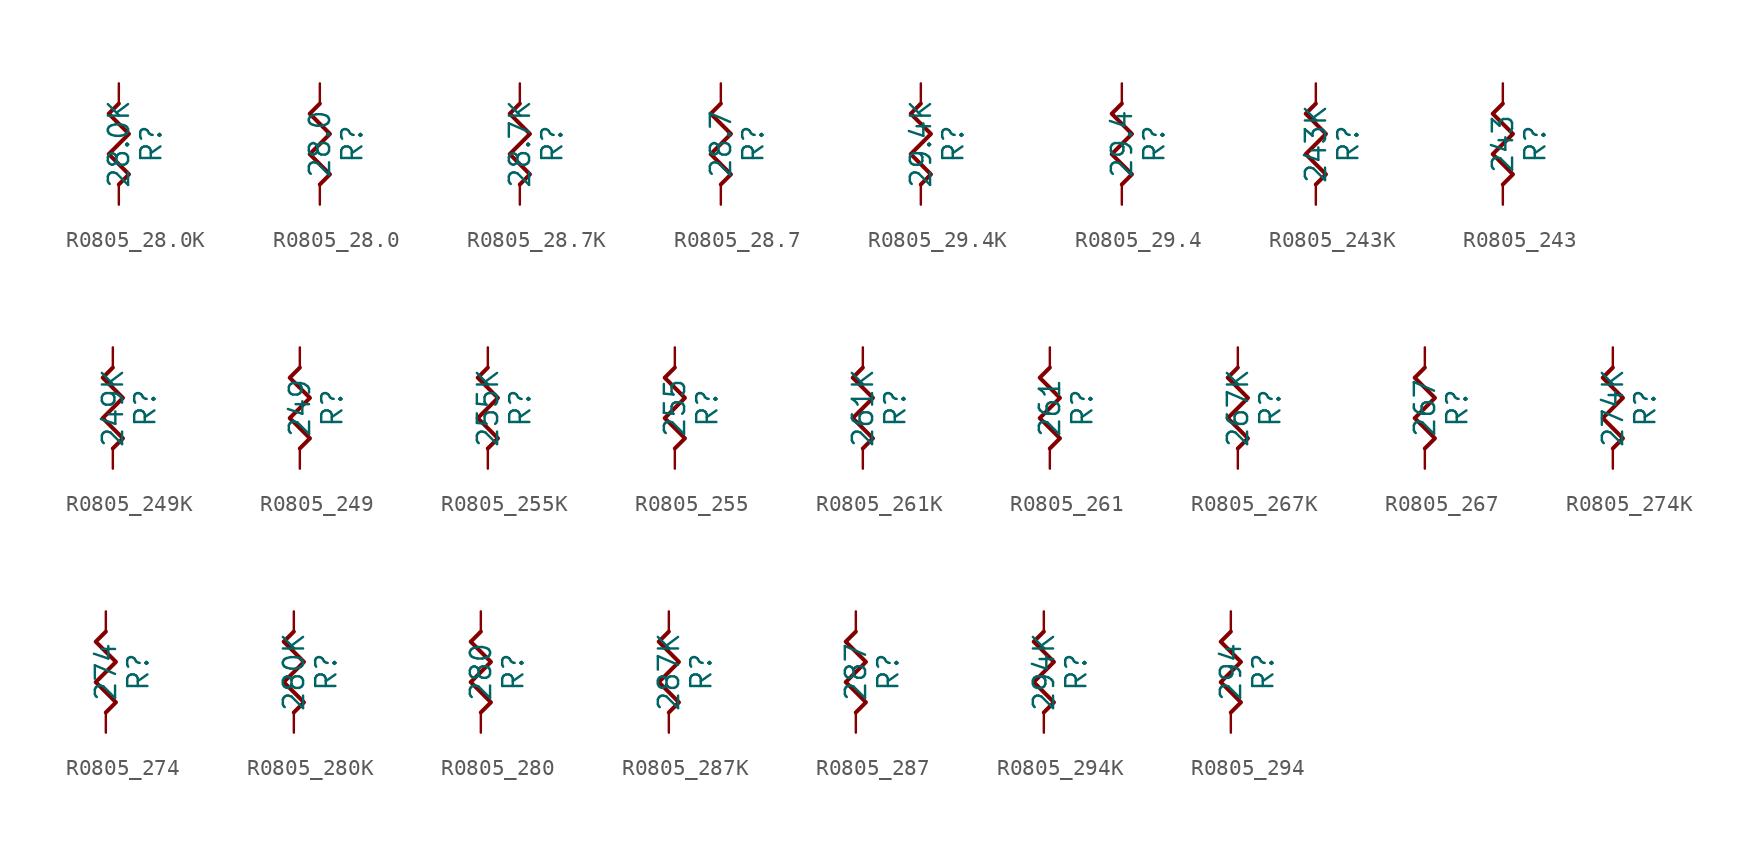
<source format=kicad_sym>
(kicad_symbol_lib
  (version 20211014)
  (generator atlantix-eda)
  (symbol "R0805_28.0K"
    (pin_numbers hide)
    (pin_names
      (offset 0))
    (property "Reference" "R"
      (at 2.032 0 90)
      (effects (font (size 1.27 1.27))))
    (property "Value" "28.0K"
      (at 0 0 90)
      (effects (font (size 1.27 1.27))))
    (symbol "R0805_28.0K_0_1"
      (polyline (pts (xy 0 -2.54) (xy 0.635 -1.905) (xy -0.635 -0.635) (xy 0.635 0.635) (xy -0.635 1.905) (xy 0 2.54)) (stroke (width 0.254) (type default) (color 0 0 0 0)) (fill (type none))))
    (symbol "R0805_28.0K_1_1"
      (pin passive line (at 0 3.81 270) (length 1.27) (name "~" (effects (font (size 1.27 1.27)))) (number "1" (effects (font (size 1.27 1.27)))))
      (pin passive line (at 0 -3.81 90) (length 1.27) (name "~" (effects (font (size 1.27 1.27)))) (number "2" (effects (font (size 1.27 1.27)))))))
  (symbol "R0805_28.0"
    (pin_numbers hide)
    (pin_names
      (offset 0))
    (property "Reference" "R"
      (at 2.032 0 90)
      (effects (font (size 1.27 1.27))))
    (property "Value" "28.0"
      (at 0 0 90)
      (effects (font (size 1.27 1.27))))
    (symbol "R0805_28.0_0_1"
      (polyline (pts (xy 0 -2.54) (xy 0.635 -1.905) (xy -0.635 -0.635) (xy 0.635 0.635) (xy -0.635 1.905) (xy 0 2.54)) (stroke (width 0.254) (type default) (color 0 0 0 0)) (fill (type none))))
    (symbol "R0805_28.0_1_1"
      (pin passive line (at 0 3.81 270) (length 1.27) (name "~" (effects (font (size 1.27 1.27)))) (number "1" (effects (font (size 1.27 1.27)))))
      (pin passive line (at 0 -3.81 90) (length 1.27) (name "~" (effects (font (size 1.27 1.27)))) (number "2" (effects (font (size 1.27 1.27)))))))
  (symbol "R0805_28.7K"
    (pin_numbers hide)
    (pin_names
      (offset 0))
    (property "Reference" "R"
      (at 2.032 0 90)
      (effects (font (size 1.27 1.27))))
    (property "Value" "28.7K"
      (at 0 0 90)
      (effects (font (size 1.27 1.27))))
    (symbol "R0805_28.7K_0_1"
      (polyline (pts (xy 0 -2.54) (xy 0.635 -1.905) (xy -0.635 -0.635) (xy 0.635 0.635) (xy -0.635 1.905) (xy 0 2.54)) (stroke (width 0.254) (type default) (color 0 0 0 0)) (fill (type none))))
    (symbol "R0805_28.7K_1_1"
      (pin passive line (at 0 3.81 270) (length 1.27) (name "~" (effects (font (size 1.27 1.27)))) (number "1" (effects (font (size 1.27 1.27)))))
      (pin passive line (at 0 -3.81 90) (length 1.27) (name "~" (effects (font (size 1.27 1.27)))) (number "2" (effects (font (size 1.27 1.27)))))))
  (symbol "R0805_28.7"
    (pin_numbers hide)
    (pin_names
      (offset 0))
    (property "Reference" "R"
      (at 2.032 0 90)
      (effects (font (size 1.27 1.27))))
    (property "Value" "28.7"
      (at 0 0 90)
      (effects (font (size 1.27 1.27))))
    (symbol "R0805_28.7_0_1"
      (polyline (pts (xy 0 -2.54) (xy 0.635 -1.905) (xy -0.635 -0.635) (xy 0.635 0.635) (xy -0.635 1.905) (xy 0 2.54)) (stroke (width 0.254) (type default) (color 0 0 0 0)) (fill (type none))))
    (symbol "R0805_28.7_1_1"
      (pin passive line (at 0 3.81 270) (length 1.27) (name "~" (effects (font (size 1.27 1.27)))) (number "1" (effects (font (size 1.27 1.27)))))
      (pin passive line (at 0 -3.81 90) (length 1.27) (name "~" (effects (font (size 1.27 1.27)))) (number "2" (effects (font (size 1.27 1.27)))))))
  (symbol "R0805_29.4K"
    (pin_numbers hide)
    (pin_names
      (offset 0))
    (property "Reference" "R"
      (at 2.032 0 90)
      (effects (font (size 1.27 1.27))))
    (property "Value" "29.4K"
      (at 0 0 90)
      (effects (font (size 1.27 1.27))))
    (symbol "R0805_29.4K_0_1"
      (polyline (pts (xy 0 -2.54) (xy 0.635 -1.905) (xy -0.635 -0.635) (xy 0.635 0.635) (xy -0.635 1.905) (xy 0 2.54)) (stroke (width 0.254) (type default) (color 0 0 0 0)) (fill (type none))))
    (symbol "R0805_29.4K_1_1"
      (pin passive line (at 0 3.81 270) (length 1.27) (name "~" (effects (font (size 1.27 1.27)))) (number "1" (effects (font (size 1.27 1.27)))))
      (pin passive line (at 0 -3.81 90) (length 1.27) (name "~" (effects (font (size 1.27 1.27)))) (number "2" (effects (font (size 1.27 1.27)))))))
  (symbol "R0805_29.4"
    (pin_numbers hide)
    (pin_names
      (offset 0))
    (property "Reference" "R"
      (at 2.032 0 90)
      (effects (font (size 1.27 1.27))))
    (property "Value" "29.4"
      (at 0 0 90)
      (effects (font (size 1.27 1.27))))
    (symbol "R0805_29.4_0_1"
      (polyline (pts (xy 0 -2.54) (xy 0.635 -1.905) (xy -0.635 -0.635) (xy 0.635 0.635) (xy -0.635 1.905) (xy 0 2.54)) (stroke (width 0.254) (type default) (color 0 0 0 0)) (fill (type none))))
    (symbol "R0805_29.4_1_1"
      (pin passive line (at 0 3.81 270) (length 1.27) (name "~" (effects (font (size 1.27 1.27)))) (number "1" (effects (font (size 1.27 1.27)))))
      (pin passive line (at 0 -3.81 90) (length 1.27) (name "~" (effects (font (size 1.27 1.27)))) (number "2" (effects (font (size 1.27 1.27)))))))
  (symbol "R0805_243K"
    (pin_numbers hide)
    (pin_names
      (offset 0))
    (property "Reference" "R"
      (at 2.032 0 90)
      (effects (font (size 1.27 1.27))))
    (property "Value" "243K"
      (at 0 0 90)
      (effects (font (size 1.27 1.27))))
    (symbol "R0805_243K_0_1"
      (polyline (pts (xy 0 -2.54) (xy 0.635 -1.905) (xy -0.635 -0.635) (xy 0.635 0.635) (xy -0.635 1.905) (xy 0 2.54)) (stroke (width 0.254) (type default) (color 0 0 0 0)) (fill (type none))))
    (symbol "R0805_243K_1_1"
      (pin passive line (at 0 3.81 270) (length 1.27) (name "~" (effects (font (size 1.27 1.27)))) (number "1" (effects (font (size 1.27 1.27)))))
      (pin passive line (at 0 -3.81 90) (length 1.27) (name "~" (effects (font (size 1.27 1.27)))) (number "2" (effects (font (size 1.27 1.27)))))))
  (symbol "R0805_243"
    (pin_numbers hide)
    (pin_names
      (offset 0))
    (property "Reference" "R"
      (at 2.032 0 90)
      (effects (font (size 1.27 1.27))))
    (property "Value" "243"
      (at 0 0 90)
      (effects (font (size 1.27 1.27))))
    (symbol "R0805_243_0_1"
      (polyline (pts (xy 0 -2.54) (xy 0.635 -1.905) (xy -0.635 -0.635) (xy 0.635 0.635) (xy -0.635 1.905) (xy 0 2.54)) (stroke (width 0.254) (type default) (color 0 0 0 0)) (fill (type none))))
    (symbol "R0805_243_1_1"
      (pin passive line (at 0 3.81 270) (length 1.27) (name "~" (effects (font (size 1.27 1.27)))) (number "1" (effects (font (size 1.27 1.27)))))
      (pin passive line (at 0 -3.81 90) (length 1.27) (name "~" (effects (font (size 1.27 1.27)))) (number "2" (effects (font (size 1.27 1.27)))))))
  (symbol "R0805_249K"
    (pin_numbers hide)
    (pin_names
      (offset 0))
    (property "Reference" "R"
      (at 2.032 0 90)
      (effects (font (size 1.27 1.27))))
    (property "Value" "249K"
      (at 0 0 90)
      (effects (font (size 1.27 1.27))))
    (symbol "R0805_249K_0_1"
      (polyline (pts (xy 0 -2.54) (xy 0.635 -1.905) (xy -0.635 -0.635) (xy 0.635 0.635) (xy -0.635 1.905) (xy 0 2.54)) (stroke (width 0.254) (type default) (color 0 0 0 0)) (fill (type none))))
    (symbol "R0805_249K_1_1"
      (pin passive line (at 0 3.81 270) (length 1.27) (name "~" (effects (font (size 1.27 1.27)))) (number "1" (effects (font (size 1.27 1.27)))))
      (pin passive line (at 0 -3.81 90) (length 1.27) (name "~" (effects (font (size 1.27 1.27)))) (number "2" (effects (font (size 1.27 1.27)))))))
  (symbol "R0805_249"
    (pin_numbers hide)
    (pin_names
      (offset 0))
    (property "Reference" "R"
      (at 2.032 0 90)
      (effects (font (size 1.27 1.27))))
    (property "Value" "249"
      (at 0 0 90)
      (effects (font (size 1.27 1.27))))
    (symbol "R0805_249_0_1"
      (polyline (pts (xy 0 -2.54) (xy 0.635 -1.905) (xy -0.635 -0.635) (xy 0.635 0.635) (xy -0.635 1.905) (xy 0 2.54)) (stroke (width 0.254) (type default) (color 0 0 0 0)) (fill (type none))))
    (symbol "R0805_249_1_1"
      (pin passive line (at 0 3.81 270) (length 1.27) (name "~" (effects (font (size 1.27 1.27)))) (number "1" (effects (font (size 1.27 1.27)))))
      (pin passive line (at 0 -3.81 90) (length 1.27) (name "~" (effects (font (size 1.27 1.27)))) (number "2" (effects (font (size 1.27 1.27)))))))
  (symbol "R0805_255K"
    (pin_numbers hide)
    (pin_names
      (offset 0))
    (property "Reference" "R"
      (at 2.032 0 90)
      (effects (font (size 1.27 1.27))))
    (property "Value" "255K"
      (at 0 0 90)
      (effects (font (size 1.27 1.27))))
    (symbol "R0805_255K_0_1"
      (polyline (pts (xy 0 -2.54) (xy 0.635 -1.905) (xy -0.635 -0.635) (xy 0.635 0.635) (xy -0.635 1.905) (xy 0 2.54)) (stroke (width 0.254) (type default) (color 0 0 0 0)) (fill (type none))))
    (symbol "R0805_255K_1_1"
      (pin passive line (at 0 3.81 270) (length 1.27) (name "~" (effects (font (size 1.27 1.27)))) (number "1" (effects (font (size 1.27 1.27)))))
      (pin passive line (at 0 -3.81 90) (length 1.27) (name "~" (effects (font (size 1.27 1.27)))) (number "2" (effects (font (size 1.27 1.27)))))))
  (symbol "R0805_255"
    (pin_numbers hide)
    (pin_names
      (offset 0))
    (property "Reference" "R"
      (at 2.032 0 90)
      (effects (font (size 1.27 1.27))))
    (property "Value" "255"
      (at 0 0 90)
      (effects (font (size 1.27 1.27))))
    (symbol "R0805_255_0_1"
      (polyline (pts (xy 0 -2.54) (xy 0.635 -1.905) (xy -0.635 -0.635) (xy 0.635 0.635) (xy -0.635 1.905) (xy 0 2.54)) (stroke (width 0.254) (type default) (color 0 0 0 0)) (fill (type none))))
    (symbol "R0805_255_1_1"
      (pin passive line (at 0 3.81 270) (length 1.27) (name "~" (effects (font (size 1.27 1.27)))) (number "1" (effects (font (size 1.27 1.27)))))
      (pin passive line (at 0 -3.81 90) (length 1.27) (name "~" (effects (font (size 1.27 1.27)))) (number "2" (effects (font (size 1.27 1.27)))))))
  (symbol "R0805_261K"
    (pin_numbers hide)
    (pin_names
      (offset 0))
    (property "Reference" "R"
      (at 2.032 0 90)
      (effects (font (size 1.27 1.27))))
    (property "Value" "261K"
      (at 0 0 90)
      (effects (font (size 1.27 1.27))))
    (symbol "R0805_261K_0_1"
      (polyline (pts (xy 0 -2.54) (xy 0.635 -1.905) (xy -0.635 -0.635) (xy 0.635 0.635) (xy -0.635 1.905) (xy 0 2.54)) (stroke (width 0.254) (type default) (color 0 0 0 0)) (fill (type none))))
    (symbol "R0805_261K_1_1"
      (pin passive line (at 0 3.81 270) (length 1.27) (name "~" (effects (font (size 1.27 1.27)))) (number "1" (effects (font (size 1.27 1.27)))))
      (pin passive line (at 0 -3.81 90) (length 1.27) (name "~" (effects (font (size 1.27 1.27)))) (number "2" (effects (font (size 1.27 1.27)))))))
  (symbol "R0805_261"
    (pin_numbers hide)
    (pin_names
      (offset 0))
    (property "Reference" "R"
      (at 2.032 0 90)
      (effects (font (size 1.27 1.27))))
    (property "Value" "261"
      (at 0 0 90)
      (effects (font (size 1.27 1.27))))
    (symbol "R0805_261_0_1"
      (polyline (pts (xy 0 -2.54) (xy 0.635 -1.905) (xy -0.635 -0.635) (xy 0.635 0.635) (xy -0.635 1.905) (xy 0 2.54)) (stroke (width 0.254) (type default) (color 0 0 0 0)) (fill (type none))))
    (symbol "R0805_261_1_1"
      (pin passive line (at 0 3.81 270) (length 1.27) (name "~" (effects (font (size 1.27 1.27)))) (number "1" (effects (font (size 1.27 1.27)))))
      (pin passive line (at 0 -3.81 90) (length 1.27) (name "~" (effects (font (size 1.27 1.27)))) (number "2" (effects (font (size 1.27 1.27)))))))
  (symbol "R0805_267K"
    (pin_numbers hide)
    (pin_names
      (offset 0))
    (property "Reference" "R"
      (at 2.032 0 90)
      (effects (font (size 1.27 1.27))))
    (property "Value" "267K"
      (at 0 0 90)
      (effects (font (size 1.27 1.27))))
    (symbol "R0805_267K_0_1"
      (polyline (pts (xy 0 -2.54) (xy 0.635 -1.905) (xy -0.635 -0.635) (xy 0.635 0.635) (xy -0.635 1.905) (xy 0 2.54)) (stroke (width 0.254) (type default) (color 0 0 0 0)) (fill (type none))))
    (symbol "R0805_267K_1_1"
      (pin passive line (at 0 3.81 270) (length 1.27) (name "~" (effects (font (size 1.27 1.27)))) (number "1" (effects (font (size 1.27 1.27)))))
      (pin passive line (at 0 -3.81 90) (length 1.27) (name "~" (effects (font (size 1.27 1.27)))) (number "2" (effects (font (size 1.27 1.27)))))))
  (symbol "R0805_267"
    (pin_numbers hide)
    (pin_names
      (offset 0))
    (property "Reference" "R"
      (at 2.032 0 90)
      (effects (font (size 1.27 1.27))))
    (property "Value" "267"
      (at 0 0 90)
      (effects (font (size 1.27 1.27))))
    (symbol "R0805_267_0_1"
      (polyline (pts (xy 0 -2.54) (xy 0.635 -1.905) (xy -0.635 -0.635) (xy 0.635 0.635) (xy -0.635 1.905) (xy 0 2.54)) (stroke (width 0.254) (type default) (color 0 0 0 0)) (fill (type none))))
    (symbol "R0805_267_1_1"
      (pin passive line (at 0 3.81 270) (length 1.27) (name "~" (effects (font (size 1.27 1.27)))) (number "1" (effects (font (size 1.27 1.27)))))
      (pin passive line (at 0 -3.81 90) (length 1.27) (name "~" (effects (font (size 1.27 1.27)))) (number "2" (effects (font (size 1.27 1.27)))))))
  (symbol "R0805_274K"
    (pin_numbers hide)
    (pin_names
      (offset 0))
    (property "Reference" "R"
      (at 2.032 0 90)
      (effects (font (size 1.27 1.27))))
    (property "Value" "274K"
      (at 0 0 90)
      (effects (font (size 1.27 1.27))))
    (symbol "R0805_274K_0_1"
      (polyline (pts (xy 0 -2.54) (xy 0.635 -1.905) (xy -0.635 -0.635) (xy 0.635 0.635) (xy -0.635 1.905) (xy 0 2.54)) (stroke (width 0.254) (type default) (color 0 0 0 0)) (fill (type none))))
    (symbol "R0805_274K_1_1"
      (pin passive line (at 0 3.81 270) (length 1.27) (name "~" (effects (font (size 1.27 1.27)))) (number "1" (effects (font (size 1.27 1.27)))))
      (pin passive line (at 0 -3.81 90) (length 1.27) (name "~" (effects (font (size 1.27 1.27)))) (number "2" (effects (font (size 1.27 1.27)))))))
  (symbol "R0805_274"
    (pin_numbers hide)
    (pin_names
      (offset 0))
    (property "Reference" "R"
      (at 2.032 0 90)
      (effects (font (size 1.27 1.27))))
    (property "Value" "274"
      (at 0 0 90)
      (effects (font (size 1.27 1.27))))
    (symbol "R0805_274_0_1"
      (polyline (pts (xy 0 -2.54) (xy 0.635 -1.905) (xy -0.635 -0.635) (xy 0.635 0.635) (xy -0.635 1.905) (xy 0 2.54)) (stroke (width 0.254) (type default) (color 0 0 0 0)) (fill (type none))))
    (symbol "R0805_274_1_1"
      (pin passive line (at 0 3.81 270) (length 1.27) (name "~" (effects (font (size 1.27 1.27)))) (number "1" (effects (font (size 1.27 1.27)))))
      (pin passive line (at 0 -3.81 90) (length 1.27) (name "~" (effects (font (size 1.27 1.27)))) (number "2" (effects (font (size 1.27 1.27)))))))
  (symbol "R0805_280K"
    (pin_numbers hide)
    (pin_names
      (offset 0))
    (property "Reference" "R"
      (at 2.032 0 90)
      (effects (font (size 1.27 1.27))))
    (property "Value" "280K"
      (at 0 0 90)
      (effects (font (size 1.27 1.27))))
    (symbol "R0805_280K_0_1"
      (polyline (pts (xy 0 -2.54) (xy 0.635 -1.905) (xy -0.635 -0.635) (xy 0.635 0.635) (xy -0.635 1.905) (xy 0 2.54)) (stroke (width 0.254) (type default) (color 0 0 0 0)) (fill (type none))))
    (symbol "R0805_280K_1_1"
      (pin passive line (at 0 3.81 270) (length 1.27) (name "~" (effects (font (size 1.27 1.27)))) (number "1" (effects (font (size 1.27 1.27)))))
      (pin passive line (at 0 -3.81 90) (length 1.27) (name "~" (effects (font (size 1.27 1.27)))) (number "2" (effects (font (size 1.27 1.27)))))))
  (symbol "R0805_280"
    (pin_numbers hide)
    (pin_names
      (offset 0))
    (property "Reference" "R"
      (at 2.032 0 90)
      (effects (font (size 1.27 1.27))))
    (property "Value" "280"
      (at 0 0 90)
      (effects (font (size 1.27 1.27))))
    (symbol "R0805_280_0_1"
      (polyline (pts (xy 0 -2.54) (xy 0.635 -1.905) (xy -0.635 -0.635) (xy 0.635 0.635) (xy -0.635 1.905) (xy 0 2.54)) (stroke (width 0.254) (type default) (color 0 0 0 0)) (fill (type none))))
    (symbol "R0805_280_1_1"
      (pin passive line (at 0 3.81 270) (length 1.27) (name "~" (effects (font (size 1.27 1.27)))) (number "1" (effects (font (size 1.27 1.27)))))
      (pin passive line (at 0 -3.81 90) (length 1.27) (name "~" (effects (font (size 1.27 1.27)))) (number "2" (effects (font (size 1.27 1.27)))))))
  (symbol "R0805_287K"
    (pin_numbers hide)
    (pin_names
      (offset 0))
    (property "Reference" "R"
      (at 2.032 0 90)
      (effects (font (size 1.27 1.27))))
    (property "Value" "287K"
      (at 0 0 90)
      (effects (font (size 1.27 1.27))))
    (symbol "R0805_287K_0_1"
      (polyline (pts (xy 0 -2.54) (xy 0.635 -1.905) (xy -0.635 -0.635) (xy 0.635 0.635) (xy -0.635 1.905) (xy 0 2.54)) (stroke (width 0.254) (type default) (color 0 0 0 0)) (fill (type none))))
    (symbol "R0805_287K_1_1"
      (pin passive line (at 0 3.81 270) (length 1.27) (name "~" (effects (font (size 1.27 1.27)))) (number "1" (effects (font (size 1.27 1.27)))))
      (pin passive line (at 0 -3.81 90) (length 1.27) (name "~" (effects (font (size 1.27 1.27)))) (number "2" (effects (font (size 1.27 1.27)))))))
  (symbol "R0805_287"
    (pin_numbers hide)
    (pin_names
      (offset 0))
    (property "Reference" "R"
      (at 2.032 0 90)
      (effects (font (size 1.27 1.27))))
    (property "Value" "287"
      (at 0 0 90)
      (effects (font (size 1.27 1.27))))
    (symbol "R0805_287_0_1"
      (polyline (pts (xy 0 -2.54) (xy 0.635 -1.905) (xy -0.635 -0.635) (xy 0.635 0.635) (xy -0.635 1.905) (xy 0 2.54)) (stroke (width 0.254) (type default) (color 0 0 0 0)) (fill (type none))))
    (symbol "R0805_287_1_1"
      (pin passive line (at 0 3.81 270) (length 1.27) (name "~" (effects (font (size 1.27 1.27)))) (number "1" (effects (font (size 1.27 1.27)))))
      (pin passive line (at 0 -3.81 90) (length 1.27) (name "~" (effects (font (size 1.27 1.27)))) (number "2" (effects (font (size 1.27 1.27)))))))
  (symbol "R0805_294K"
    (pin_numbers hide)
    (pin_names
      (offset 0))
    (property "Reference" "R"
      (at 2.032 0 90)
      (effects (font (size 1.27 1.27))))
    (property "Value" "294K"
      (at 0 0 90)
      (effects (font (size 1.27 1.27))))
    (symbol "R0805_294K_0_1"
      (polyline (pts (xy 0 -2.54) (xy 0.635 -1.905) (xy -0.635 -0.635) (xy 0.635 0.635) (xy -0.635 1.905) (xy 0 2.54)) (stroke (width 0.254) (type default) (color 0 0 0 0)) (fill (type none))))
    (symbol "R0805_294K_1_1"
      (pin passive line (at 0 3.81 270) (length 1.27) (name "~" (effects (font (size 1.27 1.27)))) (number "1" (effects (font (size 1.27 1.27)))))
      (pin passive line (at 0 -3.81 90) (length 1.27) (name "~" (effects (font (size 1.27 1.27)))) (number "2" (effects (font (size 1.27 1.27)))))))
  (symbol "R0805_294"
    (pin_numbers hide)
    (pin_names
      (offset 0))
    (property "Reference" "R"
      (at 2.032 0 90)
      (effects (font (size 1.27 1.27))))
    (property "Value" "294"
      (at 0 0 90)
      (effects (font (size 1.27 1.27))))
    (symbol "R0805_294_0_1"
      (polyline (pts (xy 0 -2.54) (xy 0.635 -1.905) (xy -0.635 -0.635) (xy 0.635 0.635) (xy -0.635 1.905) (xy 0 2.54)) (stroke (width 0.254) (type default) (color 0 0 0 0)) (fill (type none))))
    (symbol "R0805_294_1_1"
      (pin passive line (at 0 3.81 270) (length 1.27) (name "~" (effects (font (size 1.27 1.27)))) (number "1" (effects (font (size 1.27 1.27)))))
      (pin passive line (at 0 -3.81 90) (length 1.27) (name "~" (effects (font (size 1.27 1.27)))) (number "2" (effects (font (size 1.27 1.27))))))))
</source>
